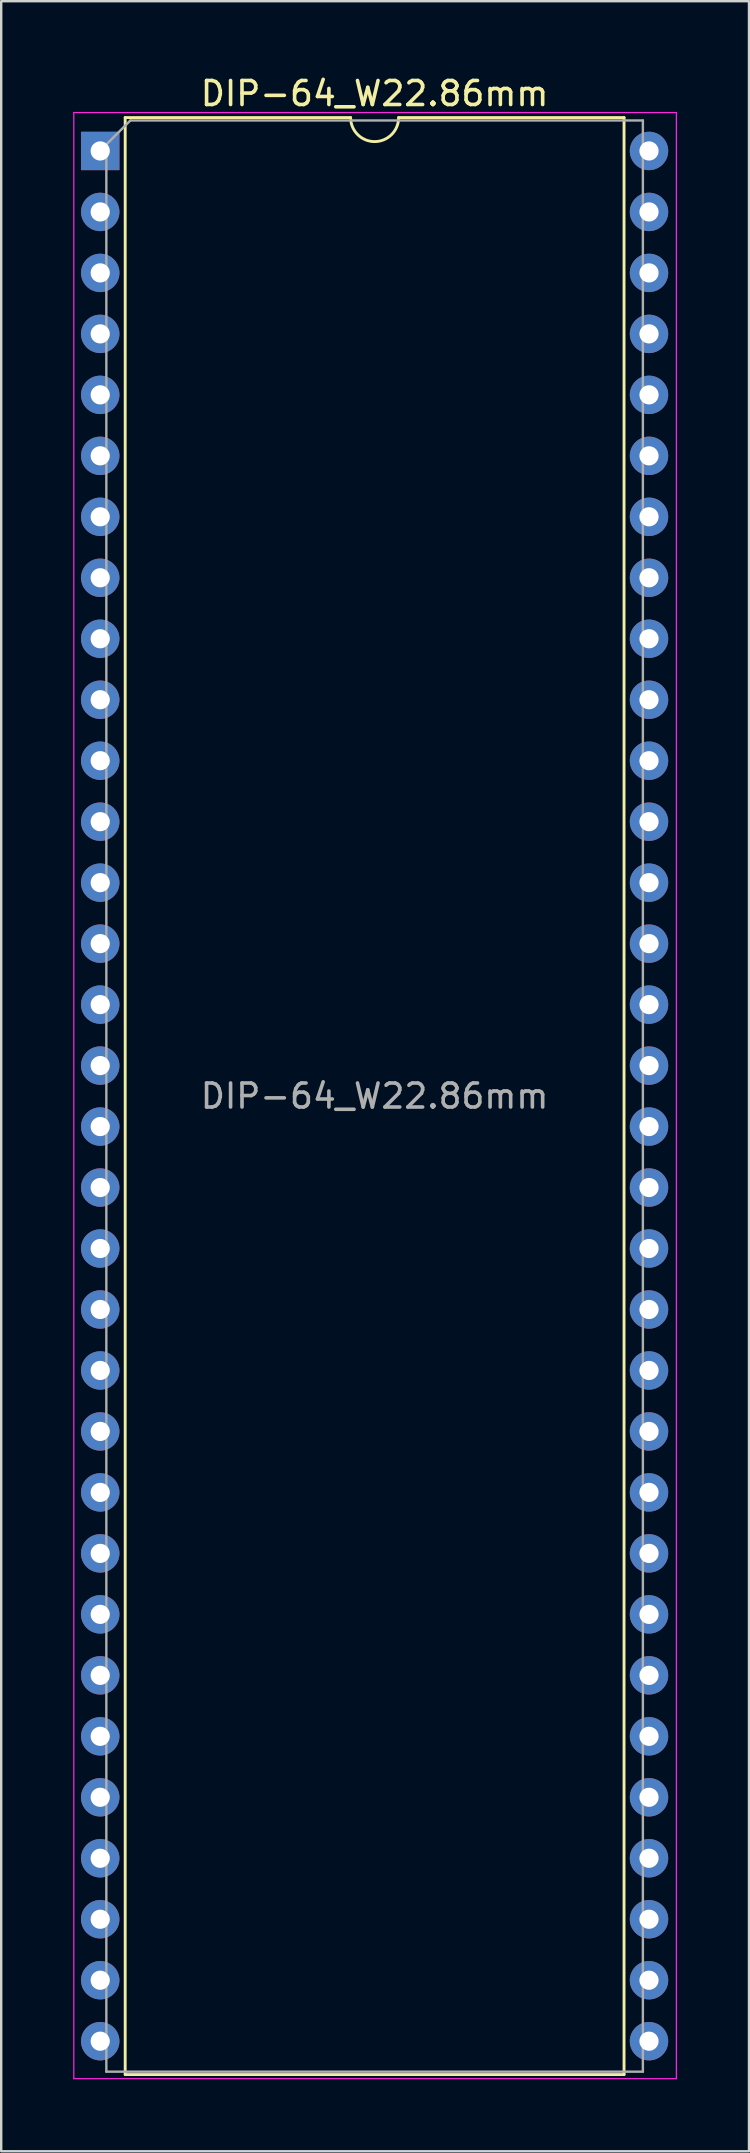
<source format=kicad_pcb>
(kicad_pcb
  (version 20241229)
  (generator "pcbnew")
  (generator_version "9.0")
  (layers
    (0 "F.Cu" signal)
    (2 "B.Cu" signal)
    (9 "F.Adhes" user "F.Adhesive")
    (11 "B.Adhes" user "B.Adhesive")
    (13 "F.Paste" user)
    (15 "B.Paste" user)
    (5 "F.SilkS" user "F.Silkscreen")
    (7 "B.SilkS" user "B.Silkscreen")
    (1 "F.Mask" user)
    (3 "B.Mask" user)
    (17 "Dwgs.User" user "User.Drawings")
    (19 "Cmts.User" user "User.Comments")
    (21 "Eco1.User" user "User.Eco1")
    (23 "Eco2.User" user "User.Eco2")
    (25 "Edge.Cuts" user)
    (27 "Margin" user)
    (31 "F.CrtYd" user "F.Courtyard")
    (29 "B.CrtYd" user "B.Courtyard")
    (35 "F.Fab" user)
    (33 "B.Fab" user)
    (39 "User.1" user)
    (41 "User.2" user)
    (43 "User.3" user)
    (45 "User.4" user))
  (footprint "DIP-64_W22.86mm"
    (layer "F.Cu")
    (at 1.125 3.238)
    (property "Reference" "DIP-64_W22.86mm" (at 11.43 -2.39 0) (layer "F.SilkS") (effects (font (size 1 1) (thickness 0.15))))
    (attr through_hole)
    (fp_line (start 1.04 -1.39) (end 1.04 80.13) (stroke (width 0.12) (type solid)) (layer "F.SilkS"))
    (fp_line (start 1.04 80.13) (end 21.82 80.13) (stroke (width 0.12) (type solid)) (layer "F.SilkS"))
    (fp_line (start 10.43 -1.39) (end 1.04 -1.39) (stroke (width 0.12) (type solid)) (layer "F.SilkS"))
    (fp_line (start 21.82 -1.39) (end 12.43 -1.39) (stroke (width 0.12) (type solid)) (layer "F.SilkS"))
    (fp_line (start 21.82 80.13) (end 21.82 -1.39) (stroke (width 0.12) (type solid)) (layer "F.SilkS"))
    (fp_arc (start 12.43 -1.39) (mid 11.43 -0.39) (end 10.43 -1.39) (stroke (width 0.12) (type solid)) (layer "F.SilkS"))
    (fp_line (start -1.1 -1.6) (end -1.1 80.3) (stroke (width 0.05) (type solid)) (layer "F.CrtYd"))
    (fp_line (start -1.1 80.3) (end 24 80.3) (stroke (width 0.05) (type solid)) (layer "F.CrtYd"))
    (fp_line (start 24 -1.6) (end -1.1 -1.6) (stroke (width 0.05) (type solid)) (layer "F.CrtYd"))
    (fp_line (start 24 80.3) (end 24 -1.6) (stroke (width 0.05) (type solid)) (layer "F.CrtYd"))
    (fp_line (start 0.255 -0.27) (end 1.255 -1.27) (stroke (width 0.1) (type solid)) (layer "F.Fab"))
    (fp_line (start 0.255 80.01) (end 0.255 -0.27) (stroke (width 0.1) (type solid)) (layer "F.Fab"))
    (fp_line (start 1.255 -1.27) (end 22.605 -1.27) (stroke (width 0.1) (type solid)) (layer "F.Fab"))
    (fp_line (start 22.605 -1.27) (end 22.605 80.01) (stroke (width 0.1) (type solid)) (layer "F.Fab"))
    (fp_line (start 22.605 80.01) (end 0.255 80.01) (stroke (width 0.1) (type solid)) (layer "F.Fab"))
    (fp_text user "${REFERENCE}" (at 11.43 39.37 0) (layer "F.Fab") (effects (font (size 1 1) (thickness 0.15))))
    (pad "1" thru_hole rect (at 0 0) (size 1.6 1.6) (drill 0.8) (layers "*.Cu" "*.Mask"))
    (pad "2" thru_hole oval (at 0 2.54) (size 1.6 1.6) (drill 0.8) (layers "*.Cu" "*.Mask"))
    (pad "3" thru_hole oval (at 0 5.08) (size 1.6 1.6) (drill 0.8) (layers "*.Cu" "*.Mask"))
    (pad "4" thru_hole oval (at 0 7.62) (size 1.6 1.6) (drill 0.8) (layers "*.Cu" "*.Mask"))
    (pad "5" thru_hole oval (at 0 10.16) (size 1.6 1.6) (drill 0.8) (layers "*.Cu" "*.Mask"))
    (pad "6" thru_hole oval (at 0 12.7) (size 1.6 1.6) (drill 0.8) (layers "*.Cu" "*.Mask"))
    (pad "7" thru_hole oval (at 0 15.24) (size 1.6 1.6) (drill 0.8) (layers "*.Cu" "*.Mask"))
    (pad "8" thru_hole oval (at 0 17.78) (size 1.6 1.6) (drill 0.8) (layers "*.Cu" "*.Mask"))
    (pad "9" thru_hole oval (at 0 20.32) (size 1.6 1.6) (drill 0.8) (layers "*.Cu" "*.Mask"))
    (pad "10" thru_hole oval (at 0 22.86) (size 1.6 1.6) (drill 0.8) (layers "*.Cu" "*.Mask"))
    (pad "11" thru_hole oval (at 0 25.4) (size 1.6 1.6) (drill 0.8) (layers "*.Cu" "*.Mask"))
    (pad "12" thru_hole oval (at 0 27.94) (size 1.6 1.6) (drill 0.8) (layers "*.Cu" "*.Mask"))
    (pad "13" thru_hole oval (at 0 30.48) (size 1.6 1.6) (drill 0.8) (layers "*.Cu" "*.Mask"))
    (pad "14" thru_hole oval (at 0 33.02) (size 1.6 1.6) (drill 0.8) (layers "*.Cu" "*.Mask"))
    (pad "15" thru_hole oval (at 0 35.56) (size 1.6 1.6) (drill 0.8) (layers "*.Cu" "*.Mask"))
    (pad "16" thru_hole oval (at 0 38.1) (size 1.6 1.6) (drill 0.8) (layers "*.Cu" "*.Mask"))
    (pad "17" thru_hole oval (at 0 40.64) (size 1.6 1.6) (drill 0.8) (layers "*.Cu" "*.Mask"))
    (pad "18" thru_hole oval (at 0 43.18) (size 1.6 1.6) (drill 0.8) (layers "*.Cu" "*.Mask"))
    (pad "19" thru_hole oval (at 0 45.72) (size 1.6 1.6) (drill 0.8) (layers "*.Cu" "*.Mask"))
    (pad "20" thru_hole oval (at 0 48.26) (size 1.6 1.6) (drill 0.8) (layers "*.Cu" "*.Mask"))
    (pad "21" thru_hole oval (at 0 50.8) (size 1.6 1.6) (drill 0.8) (layers "*.Cu" "*.Mask"))
    (pad "22" thru_hole oval (at 0 53.34) (size 1.6 1.6) (drill 0.8) (layers "*.Cu" "*.Mask"))
    (pad "23" thru_hole oval (at 0 55.88) (size 1.6 1.6) (drill 0.8) (layers "*.Cu" "*.Mask"))
    (pad "24" thru_hole oval (at 0 58.42) (size 1.6 1.6) (drill 0.8) (layers "*.Cu" "*.Mask"))
    (pad "25" thru_hole oval (at 0 60.96) (size 1.6 1.6) (drill 0.8) (layers "*.Cu" "*.Mask"))
    (pad "26" thru_hole oval (at 0 63.5) (size 1.6 1.6) (drill 0.8) (layers "*.Cu" "*.Mask"))
    (pad "27" thru_hole oval (at 0 66.04) (size 1.6 1.6) (drill 0.8) (layers "*.Cu" "*.Mask"))
    (pad "28" thru_hole oval (at 0 68.58) (size 1.6 1.6) (drill 0.8) (layers "*.Cu" "*.Mask"))
    (pad "29" thru_hole oval (at 0 71.12) (size 1.6 1.6) (drill 0.8) (layers "*.Cu" "*.Mask"))
    (pad "30" thru_hole oval (at 0 73.66) (size 1.6 1.6) (drill 0.8) (layers "*.Cu" "*.Mask"))
    (pad "31" thru_hole oval (at 0 76.2) (size 1.6 1.6) (drill 0.8) (layers "*.Cu" "*.Mask"))
    (pad "32" thru_hole oval (at 0 78.74) (size 1.6 1.6) (drill 0.8) (layers "*.Cu" "*.Mask"))
    (pad "33" thru_hole oval (at 22.86 78.74) (size 1.6 1.6) (drill 0.8) (layers "*.Cu" "*.Mask"))
    (pad "34" thru_hole oval (at 22.86 76.2) (size 1.6 1.6) (drill 0.8) (layers "*.Cu" "*.Mask"))
    (pad "35" thru_hole oval (at 22.86 73.66) (size 1.6 1.6) (drill 0.8) (layers "*.Cu" "*.Mask"))
    (pad "36" thru_hole oval (at 22.86 71.12) (size 1.6 1.6) (drill 0.8) (layers "*.Cu" "*.Mask"))
    (pad "37" thru_hole oval (at 22.86 68.58) (size 1.6 1.6) (drill 0.8) (layers "*.Cu" "*.Mask"))
    (pad "38" thru_hole oval (at 22.86 66.04) (size 1.6 1.6) (drill 0.8) (layers "*.Cu" "*.Mask"))
    (pad "39" thru_hole oval (at 22.86 63.5) (size 1.6 1.6) (drill 0.8) (layers "*.Cu" "*.Mask"))
    (pad "40" thru_hole oval (at 22.86 60.96) (size 1.6 1.6) (drill 0.8) (layers "*.Cu" "*.Mask"))
    (pad "41" thru_hole oval (at 22.86 58.42) (size 1.6 1.6) (drill 0.8) (layers "*.Cu" "*.Mask"))
    (pad "42" thru_hole oval (at 22.86 55.88) (size 1.6 1.6) (drill 0.8) (layers "*.Cu" "*.Mask"))
    (pad "43" thru_hole oval (at 22.86 53.34) (size 1.6 1.6) (drill 0.8) (layers "*.Cu" "*.Mask"))
    (pad "44" thru_hole oval (at 22.86 50.8) (size 1.6 1.6) (drill 0.8) (layers "*.Cu" "*.Mask"))
    (pad "45" thru_hole oval (at 22.86 48.26) (size 1.6 1.6) (drill 0.8) (layers "*.Cu" "*.Mask"))
    (pad "46" thru_hole oval (at 22.86 45.72) (size 1.6 1.6) (drill 0.8) (layers "*.Cu" "*.Mask"))
    (pad "47" thru_hole oval (at 22.86 43.18) (size 1.6 1.6) (drill 0.8) (layers "*.Cu" "*.Mask"))
    (pad "48" thru_hole oval (at 22.86 40.64) (size 1.6 1.6) (drill 0.8) (layers "*.Cu" "*.Mask"))
    (pad "49" thru_hole oval (at 22.86 38.1) (size 1.6 1.6) (drill 0.8) (layers "*.Cu" "*.Mask"))
    (pad "50" thru_hole oval (at 22.86 35.56) (size 1.6 1.6) (drill 0.8) (layers "*.Cu" "*.Mask"))
    (pad "51" thru_hole oval (at 22.86 33.02) (size 1.6 1.6) (drill 0.8) (layers "*.Cu" "*.Mask"))
    (pad "52" thru_hole oval (at 22.86 30.48) (size 1.6 1.6) (drill 0.8) (layers "*.Cu" "*.Mask"))
    (pad "53" thru_hole oval (at 22.86 27.94) (size 1.6 1.6) (drill 0.8) (layers "*.Cu" "*.Mask"))
    (pad "54" thru_hole oval (at 22.86 25.4) (size 1.6 1.6) (drill 0.8) (layers "*.Cu" "*.Mask"))
    (pad "55" thru_hole oval (at 22.86 22.86) (size 1.6 1.6) (drill 0.8) (layers "*.Cu" "*.Mask"))
    (pad "56" thru_hole oval (at 22.86 20.32) (size 1.6 1.6) (drill 0.8) (layers "*.Cu" "*.Mask"))
    (pad "57" thru_hole oval (at 22.86 17.78) (size 1.6 1.6) (drill 0.8) (layers "*.Cu" "*.Mask"))
    (pad "58" thru_hole oval (at 22.86 15.24) (size 1.6 1.6) (drill 0.8) (layers "*.Cu" "*.Mask"))
    (pad "59" thru_hole oval (at 22.86 12.7) (size 1.6 1.6) (drill 0.8) (layers "*.Cu" "*.Mask"))
    (pad "60" thru_hole oval (at 22.86 10.16) (size 1.6 1.6) (drill 0.8) (layers "*.Cu" "*.Mask"))
    (pad "61" thru_hole oval (at 22.86 7.62) (size 1.6 1.6) (drill 0.8) (layers "*.Cu" "*.Mask"))
    (pad "62" thru_hole oval (at 22.86 5.08) (size 1.6 1.6) (drill 0.8) (layers "*.Cu" "*.Mask"))
    (pad "63" thru_hole oval (at 22.86 2.54) (size 1.6 1.6) (drill 0.8) (layers "*.Cu" "*.Mask"))
    (pad "64" thru_hole oval (at 22.86 0) (size 1.6 1.6) (drill 0.8) (layers "*.Cu" "*.Mask")))
  (gr_rect
    (start -3 -3)
    (end 28.15 86.563)
    (stroke (width 0.1) (type default))
    (fill no)
    (layer "Edge.Cuts")))
</source>
